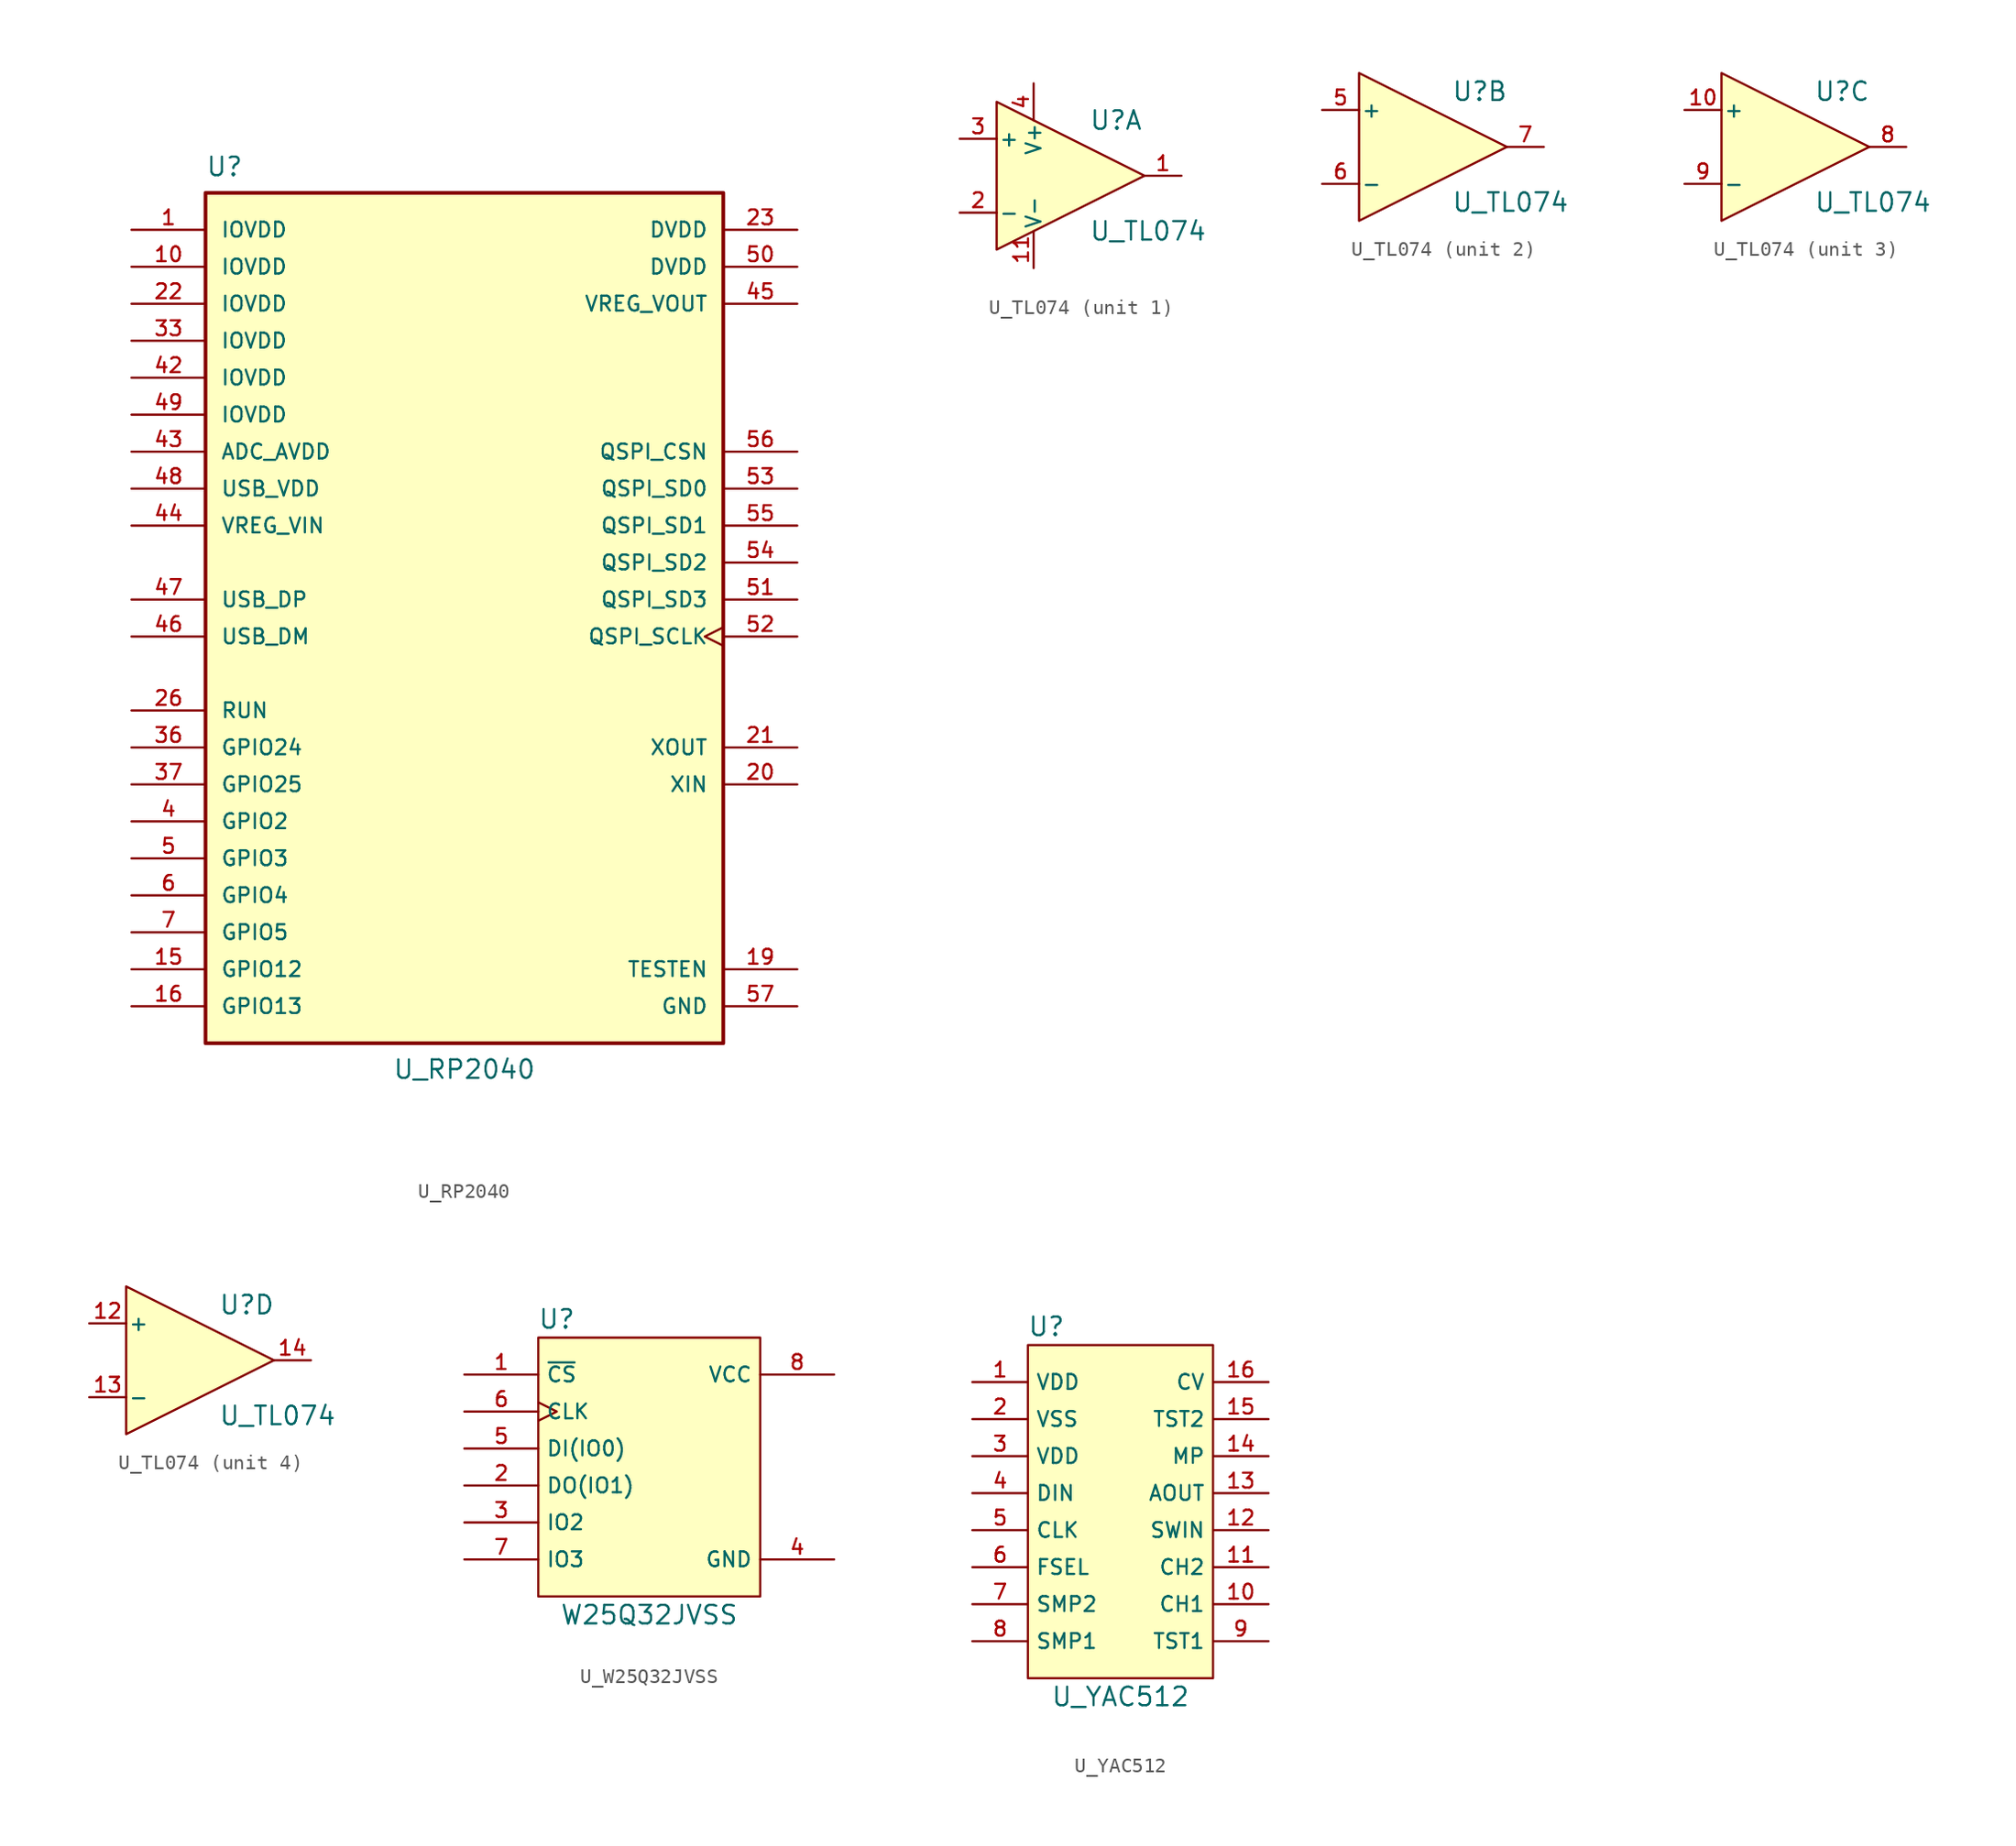
<source format=kicad_sym>
(kicad_symbol_lib
  (version 20220914)
  (generator kicad_symbol_editor)
  (symbol "U_RP2040"
    (pin_names
      (offset 1.016))
    (property "Reference" "U"
      (at -17.78 31.75 0)
      (effects (font (size 1.27 1.27)) (justify left top)))
    (property "Value" "U_RP2040"
      (at 0 -31.75 0)
      (effects (font (size 1.27 1.27)) (justify bottom)))
    (symbol "U_RP2040_0_0"
      (rectangle (start -17.78 29.21) (end 17.78 -29.21) (stroke (width 0.254) (type default)) (fill (type background)))
      (pin power_in line (at -22.86 26.67 0) (length 5.08) (name "IOVDD" (effects (font (size 1.016 1.016)))) (number "1" (effects (font (size 1.016 1.016)))))
      (pin power_in line (at -22.86 24.13 0) (length 5.08) (name "IOVDD" (effects (font (size 1.016 1.016)))) (number "10" (effects (font (size 1.016 1.016)))))
      (pin passive line (at 22.86 -24.13 180) (length 5.08) (name "TESTEN" (effects (font (size 1.016 1.016)))) (number "19" (effects (font (size 1.016 1.016)))))
      (pin input line (at 22.86 -11.43 180) (length 5.08) (name "XIN" (effects (font (size 1.016 1.016)))) (number "20" (effects (font (size 1.016 1.016)))))
      (pin output line (at 22.86 -8.89 180) (length 5.08) (name "XOUT" (effects (font (size 1.016 1.016)))) (number "21" (effects (font (size 1.016 1.016)))))
      (pin power_in line (at -22.86 21.59 0) (length 5.08) (name "IOVDD" (effects (font (size 1.016 1.016)))) (number "22" (effects (font (size 1.016 1.016)))))
      (pin power_in line (at 22.86 26.67 180) (length 5.08) (name "DVDD" (effects (font (size 1.016 1.016)))) (number "23" (effects (font (size 1.016 1.016)))))
      (pin input line (at -22.86 -6.35 0) (length 5.08) (name "RUN" (effects (font (size 1.016 1.016)))) (number "26" (effects (font (size 1.016 1.016)))))
      (pin power_in line (at -22.86 19.05 0) (length 5.08) (name "IOVDD" (effects (font (size 1.016 1.016)))) (number "33" (effects (font (size 1.016 1.016)))))
      (pin bidirectional line (at -22.86 -13.97 0) (length 5.08) (name "GPIO2" (effects (font (size 1.016 1.016)))) (number "4" (effects (font (size 1.016 1.016)))))
      (pin power_in line (at -22.86 16.51 0) (length 5.08) (name "IOVDD" (effects (font (size 1.016 1.016)))) (number "42" (effects (font (size 1.016 1.016)))))
      (pin power_in line (at -22.86 11.43 0) (length 5.08) (name "ADC_AVDD" (effects (font (size 1.016 1.016)))) (number "43" (effects (font (size 1.016 1.016)))))
      (pin input line (at -22.86 6.35 0) (length 5.08) (name "VREG_VIN" (effects (font (size 1.016 1.016)))) (number "44" (effects (font (size 1.016 1.016)))))
      (pin output line (at 22.86 21.59 180) (length 5.08) (name "VREG_VOUT" (effects (font (size 1.016 1.016)))) (number "45" (effects (font (size 1.016 1.016)))))
      (pin bidirectional line (at -22.86 -1.27 0) (length 5.08) (name "USB_DM" (effects (font (size 1.016 1.016)))) (number "46" (effects (font (size 1.016 1.016)))))
      (pin bidirectional line (at -22.86 1.27 0) (length 5.08) (name "USB_DP" (effects (font (size 1.016 1.016)))) (number "47" (effects (font (size 1.016 1.016)))))
      (pin power_in line (at -22.86 8.89 0) (length 5.08) (name "USB_VDD" (effects (font (size 1.016 1.016)))) (number "48" (effects (font (size 1.016 1.016)))))
      (pin power_in line (at -22.86 13.97 0) (length 5.08) (name "IOVDD" (effects (font (size 1.016 1.016)))) (number "49" (effects (font (size 1.016 1.016)))))
      (pin bidirectional line (at -22.86 -16.51 0) (length 5.08) (name "GPIO3" (effects (font (size 1.016 1.016)))) (number "5" (effects (font (size 1.016 1.016)))))
      (pin power_in line (at 22.86 24.13 180) (length 5.08) (name "DVDD" (effects (font (size 1.016 1.016)))) (number "50" (effects (font (size 1.016 1.016)))))
      (pin bidirectional line (at 22.86 1.27 180) (length 5.08) (name "QSPI_SD3" (effects (font (size 1.016 1.016)))) (number "51" (effects (font (size 1.016 1.016)))))
      (pin bidirectional clock (at 22.86 -1.27 180) (length 5.08) (name "QSPI_SCLK" (effects (font (size 1.016 1.016)))) (number "52" (effects (font (size 1.016 1.016)))))
      (pin bidirectional line (at 22.86 8.89 180) (length 5.08) (name "QSPI_SD0" (effects (font (size 1.016 1.016)))) (number "53" (effects (font (size 1.016 1.016)))))
      (pin bidirectional line (at 22.86 3.81 180) (length 5.08) (name "QSPI_SD2" (effects (font (size 1.016 1.016)))) (number "54" (effects (font (size 1.016 1.016)))))
      (pin bidirectional line (at 22.86 6.35 180) (length 5.08) (name "QSPI_SD1" (effects (font (size 1.016 1.016)))) (number "55" (effects (font (size 1.016 1.016)))))
      (pin bidirectional line (at 22.86 11.43 180) (length 5.08) (name "QSPI_CSN" (effects (font (size 1.016 1.016)))) (number "56" (effects (font (size 1.016 1.016)))))
      (pin power_in line (at 22.86 -26.67 180) (length 5.08) (name "GND" (effects (font (size 1.016 1.016)))) (number "57" (effects (font (size 1.016 1.016)))))
      (pin bidirectional line (at -22.86 -19.05 0) (length 5.08) (name "GPIO4" (effects (font (size 1.016 1.016)))) (number "6" (effects (font (size 1.016 1.016)))))
      (pin bidirectional line (at -22.86 -21.59 0) (length 5.08) (name "GPIO5" (effects (font (size 1.016 1.016)))) (number "7" (effects (font (size 1.016 1.016))))))
    (symbol "U_RP2040_1_0"
      (pin bidirectional line (at -22.86 -24.13 0) (length 5.08) (name "GPIO12" (effects (font (size 1.016 1.016)))) (number "15" (effects (font (size 1.016 1.016)))))
      (pin bidirectional line (at -22.86 -26.67 0) (length 5.08) (name "GPIO13" (effects (font (size 1.016 1.016)))) (number "16" (effects (font (size 1.016 1.016)))))
      (pin bidirectional line (at -22.86 -8.89 0) (length 5.08) (name "GPIO24" (effects (font (size 1.016 1.016)))) (number "36" (effects (font (size 1.016 1.016)))))
      (pin bidirectional line (at -22.86 -11.43 0) (length 5.08) (name "GPIO25" (effects (font (size 1.016 1.016)))) (number "37" (effects (font (size 1.016 1.016)))))))
  (symbol "U_TL074"
    (pin_names
      (offset 0.127))
    (property "Reference" "U"
      (at 1.27 3.81 0)
      (effects (font (size 1.27 1.27)) (justify left)))
    (property "Value" "U_TL074"
      (at 1.27 -3.81 0)
      (effects (font (size 1.27 1.27)) (justify left)))
    (property "ki_locked" ""
      (at 0 0 0)
      (effects (font (size 1.27 1.27))))
    (symbol "U_TL074_1_1"
      (polyline (pts (xy -5.08 5.08) (xy 5.08 0) (xy -5.08 -5.08) (xy -5.08 5.08)) (stroke (width 0) (type default)) (fill (type background)))
      (pin output line (at 7.62 0 180) (length 2.54) (name "~" (effects (font (size 1.016 1.016)))) (number "1" (effects (font (size 1.016 1.016)))))
      (pin power_in line (at -2.54 -6.35 90) (length 2.54) (name "V-" (effects (font (size 1.016 1.016)))) (number "11" (effects (font (size 1.016 1.016)))))
      (pin input line (at -7.62 -2.54 0) (length 2.54) (name "-" (effects (font (size 1.016 1.016)))) (number "2" (effects (font (size 1.016 1.016)))))
      (pin input line (at -7.62 2.54 0) (length 2.54) (name "+" (effects (font (size 1.016 1.016)))) (number "3" (effects (font (size 1.016 1.016)))))
      (pin power_in line (at -2.54 6.35 270) (length 2.54) (name "V+" (effects (font (size 1.016 1.016)))) (number "4" (effects (font (size 1.016 1.016))))))
    (symbol "U_TL074_2_1"
      (polyline (pts (xy -5.08 5.08) (xy 5.08 0) (xy -5.08 -5.08) (xy -5.08 5.08)) (stroke (width 0) (type default)) (fill (type background)))
      (pin input line (at -7.62 2.54 0) (length 2.54) (name "+" (effects (font (size 1.016 1.016)))) (number "5" (effects (font (size 1.016 1.016)))))
      (pin input line (at -7.62 -2.54 0) (length 2.54) (name "-" (effects (font (size 1.016 1.016)))) (number "6" (effects (font (size 1.016 1.016)))))
      (pin output line (at 7.62 0 180) (length 2.54) (name "~" (effects (font (size 1.016 1.016)))) (number "7" (effects (font (size 1.016 1.016))))))
    (symbol "U_TL074_3_1"
      (polyline (pts (xy -5.08 5.08) (xy 5.08 0) (xy -5.08 -5.08) (xy -5.08 5.08)) (stroke (width 0) (type default)) (fill (type background)))
      (pin input line (at -7.62 2.54 0) (length 2.54) (name "+" (effects (font (size 1.016 1.016)))) (number "10" (effects (font (size 1.016 1.016)))))
      (pin output line (at 7.62 0 180) (length 2.54) (name "~" (effects (font (size 1.016 1.016)))) (number "8" (effects (font (size 1.016 1.016)))))
      (pin input line (at -7.62 -2.54 0) (length 2.54) (name "-" (effects (font (size 1.016 1.016)))) (number "9" (effects (font (size 1.016 1.016))))))
    (symbol "U_TL074_4_1"
      (polyline (pts (xy -5.08 5.08) (xy 5.08 0) (xy -5.08 -5.08) (xy -5.08 5.08)) (stroke (width 0) (type default)) (fill (type background)))
      (pin input line (at -7.62 2.54 0) (length 2.54) (name "+" (effects (font (size 1.016 1.016)))) (number "12" (effects (font (size 1.016 1.016)))))
      (pin input line (at -7.62 -2.54 0) (length 2.54) (name "-" (effects (font (size 1.016 1.016)))) (number "13" (effects (font (size 1.016 1.016)))))
      (pin output line (at 7.62 0 180) (length 2.54) (name "~" (effects (font (size 1.016 1.016)))) (number "14" (effects (font (size 1.016 1.016)))))))
  (symbol "U_W25Q32JVSS"
    (property "Reference" "U"
      (at -6.35 10.16 0)
      (effects (font (size 1.27 1.27))))
    (property "Value" "W25Q32JVSS"
      (at 0 -10.16 0)
      (effects (font (size 1.27 1.27))))
    (symbol "U_W25Q32JVSS_1_1"
      (rectangle (start -7.62 8.89) (end 7.62 -8.89) (stroke (width 0) (type default)) (fill (type background)))
      (pin input line (at -12.7 6.35 0) (length 5.08) (name "~{CS}" (effects (font (size 1.016 1.016)))) (number "1" (effects (font (size 1.016 1.016)))))
      (pin bidirectional line (at -12.7 -1.27 0) (length 5.08) (name "DO(IO1)" (effects (font (size 1.016 1.016)))) (number "2" (effects (font (size 1.016 1.016)))))
      (pin bidirectional line (at -12.7 -3.81 0) (length 5.08) (name "IO2" (effects (font (size 1.016 1.016)))) (number "3" (effects (font (size 1.016 1.016)))))
      (pin power_in line (at 12.7 -6.35 180) (length 5.08) (name "GND" (effects (font (size 1.016 1.016)))) (number "4" (effects (font (size 1.016 1.016)))))
      (pin bidirectional line (at -12.7 1.27 0) (length 5.08) (name "DI(IO0)" (effects (font (size 1.016 1.016)))) (number "5" (effects (font (size 1.016 1.016)))))
      (pin input clock (at -12.7 3.81 0) (length 5.08) (name "CLK" (effects (font (size 1.016 1.016)))) (number "6" (effects (font (size 1.016 1.016)))))
      (pin bidirectional line (at -12.7 -6.35 0) (length 5.08) (name "IO3" (effects (font (size 1.016 1.016)))) (number "7" (effects (font (size 1.016 1.016)))))
      (pin power_in line (at 12.7 6.35 180) (length 5.08) (name "VCC" (effects (font (size 1.016 1.016)))) (number "8" (effects (font (size 1.016 1.016)))))))
  (symbol "U_YAC512"
    (property "Reference" "U"
      (at -5.08 12.7 0)
      (effects (font (size 1.27 1.27))))
    (property "Value" "U_YAC512"
      (at 0 -12.7 0)
      (effects (font (size 1.27 1.27))))
    (symbol "U_YAC512_1_1"
      (rectangle (start -6.35 11.43) (end 6.35 -11.43) (stroke (width 0) (type default)) (fill (type background)))
      (pin power_in line (at -10.16 8.89 0) (length 3.81) (name "VDD" (effects (font (size 1.016 1.016)))) (number "1" (effects (font (size 1.016 1.016)))))
      (pin output line (at 10.16 -6.35 180) (length 3.81) (name "CH1" (effects (font (size 1.016 1.016)))) (number "10" (effects (font (size 1.016 1.016)))))
      (pin output line (at 10.16 -3.81 180) (length 3.81) (name "CH2" (effects (font (size 1.016 1.016)))) (number "11" (effects (font (size 1.016 1.016)))))
      (pin input line (at 10.16 -1.27 180) (length 3.81) (name "SWIN" (effects (font (size 1.016 1.016)))) (number "12" (effects (font (size 1.016 1.016)))))
      (pin output line (at 10.16 1.27 180) (length 3.81) (name "AOUT" (effects (font (size 1.016 1.016)))) (number "13" (effects (font (size 1.016 1.016)))))
      (pin input line (at 10.16 3.81 180) (length 3.81) (name "MP" (effects (font (size 1.016 1.016)))) (number "14" (effects (font (size 1.016 1.016)))))
      (pin output line (at 10.16 6.35 180) (length 3.81) (name "TST2" (effects (font (size 1.016 1.016)))) (number "15" (effects (font (size 1.016 1.016)))))
      (pin input line (at 10.16 8.89 180) (length 3.81) (name "CV" (effects (font (size 1.016 1.016)))) (number "16" (effects (font (size 1.016 1.016)))))
      (pin power_in line (at -10.16 6.35 0) (length 3.81) (name "VSS" (effects (font (size 1.016 1.016)))) (number "2" (effects (font (size 1.016 1.016)))))
      (pin power_in line (at -10.16 3.81 0) (length 3.81) (name "VDD" (effects (font (size 1.016 1.016)))) (number "3" (effects (font (size 1.016 1.016)))))
      (pin input line (at -10.16 1.27 0) (length 3.81) (name "DIN" (effects (font (size 1.016 1.016)))) (number "4" (effects (font (size 1.016 1.016)))))
      (pin input line (at -10.16 -1.27 0) (length 3.81) (name "CLK" (effects (font (size 1.016 1.016)))) (number "5" (effects (font (size 1.016 1.016)))))
      (pin input line (at -10.16 -3.81 0) (length 3.81) (name "FSEL" (effects (font (size 1.016 1.016)))) (number "6" (effects (font (size 1.016 1.016)))))
      (pin input line (at -10.16 -6.35 0) (length 3.81) (name "SMP2" (effects (font (size 1.016 1.016)))) (number "7" (effects (font (size 1.016 1.016)))))
      (pin input line (at -10.16 -8.89 0) (length 3.81) (name "SMP1" (effects (font (size 1.016 1.016)))) (number "8" (effects (font (size 1.016 1.016)))))
      (pin input line (at 10.16 -8.89 180) (length 3.81) (name "TST1" (effects (font (size 1.016 1.016)))) (number "9" (effects (font (size 1.016 1.016))))))))
</source>
